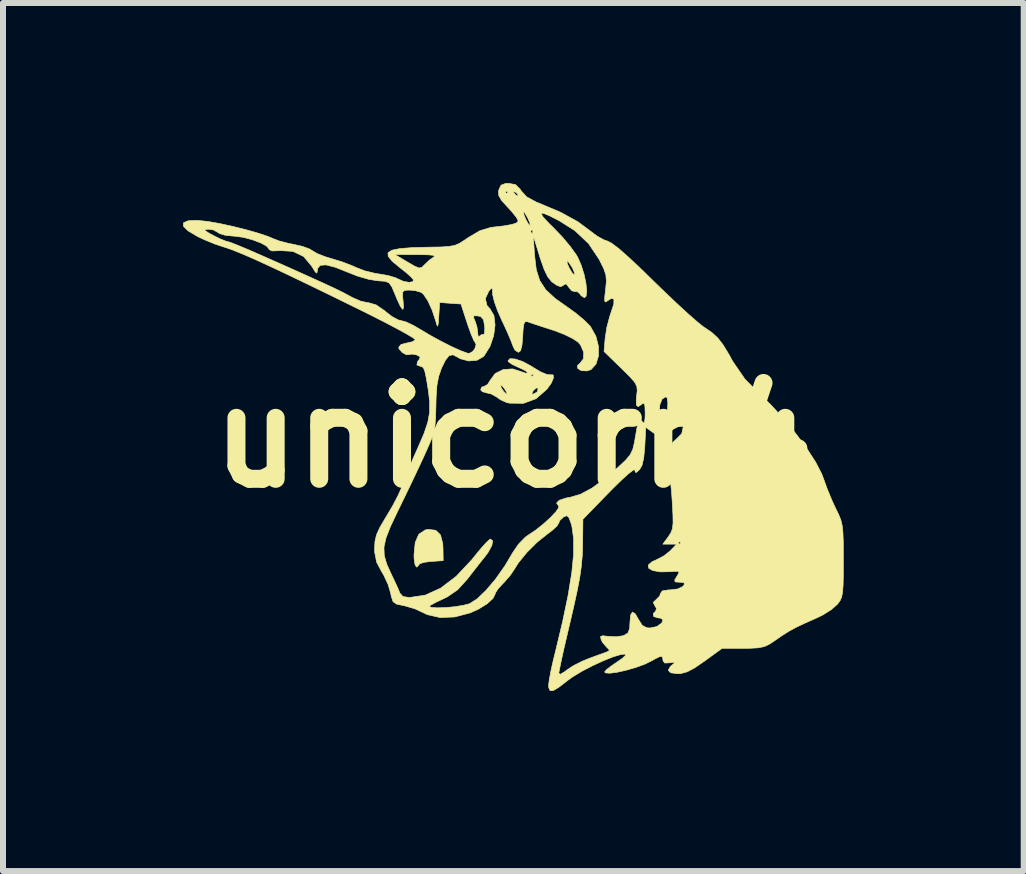
<source format=kicad_pcb>
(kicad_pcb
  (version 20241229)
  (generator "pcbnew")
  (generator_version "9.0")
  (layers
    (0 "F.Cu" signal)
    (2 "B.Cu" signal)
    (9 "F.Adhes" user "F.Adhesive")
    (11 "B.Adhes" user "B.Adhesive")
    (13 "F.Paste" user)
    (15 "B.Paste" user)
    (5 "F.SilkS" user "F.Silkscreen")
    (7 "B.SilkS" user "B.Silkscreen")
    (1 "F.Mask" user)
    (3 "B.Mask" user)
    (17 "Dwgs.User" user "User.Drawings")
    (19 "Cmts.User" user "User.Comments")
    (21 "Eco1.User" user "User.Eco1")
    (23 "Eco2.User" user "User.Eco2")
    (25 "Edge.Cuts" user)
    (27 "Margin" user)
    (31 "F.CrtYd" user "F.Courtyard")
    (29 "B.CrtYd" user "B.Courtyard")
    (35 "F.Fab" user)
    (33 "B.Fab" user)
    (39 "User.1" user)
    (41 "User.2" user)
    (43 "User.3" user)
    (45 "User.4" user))
  (footprint "unicorn4"
    (layer "F.Cu")
    (at 5.498 4.238)
    (property "Reference" "unicorn4" (at 0 0 0) (layer "F.SilkS") (effects (font (size 1.524 1.524) (thickness 0.3))))
    (attr through_hole)
    (fp_poly (pts (xy -1.288 1.547) (xy -1.209 1.624) (xy -1.171 1.769) (xy -1.167 1.856) (xy -1.164 2.053) (xy -1.365 2.066) (xy -1.483 2.081) (xy -1.555 2.105) (xy -1.566 2.119) (xy -1.599 2.158) (xy -1.609 2.159) (xy -1.633 2.121) (xy -1.648 2.024) (xy -1.65 1.958) (xy -1.63 1.749) (xy -1.569 1.612) (xy -1.464 1.542) (xy -1.414 1.532) (xy -1.288 1.547)) (stroke (width 0.01) (type solid)) (fill yes) (layer "F.SilkS"))
    (fp_poly (pts (xy 0.034 -1.307) (xy 0.156 -1.266) (xy 0.296 -1.192) (xy 0.336 -1.166) (xy 0.46 -1.092) (xy 0.563 -1.049) (xy 0.615 -1.044) (xy 0.668 -1.042) (xy 0.673 -0.989) (xy 0.634 -0.9) (xy 0.563 -0.802) (xy 0.382 -0.645) (xy 0.173 -0.568) (xy -0.06 -0.571) (xy -0.106 -0.581) (xy -0.206 -0.626) (xy -0.268 -0.67) (xy -0.365 -0.725) (xy -0.433 -0.74) (xy -0.513 -0.763) (xy -0.54 -0.794) (xy -0.522 -0.839) (xy -0.489 -0.847) (xy -0.452 -0.867) (xy -0.206 -0.867) (xy -0.197 -0.827) (xy -0.156 -0.766) (xy -0.111 -0.723) (xy -0.1 -0.72) (xy -0.103 -0.731) (xy 0.312 -0.731) (xy 0.331 -0.72) (xy 0.393 -0.751) (xy 0.404 -0.765) (xy 0.42 -0.82) (xy 0.387 -0.824) (xy 0.34 -0.784) (xy 0.312 -0.731) (xy -0.103 -0.731) (xy -0.106 -0.75) (xy -0.136 -0.802) (xy -0.182 -0.86) (xy -0.206 -0.867) (xy -0.452 -0.867) (xy -0.425 -0.882) (xy -0.382 -0.95) (xy -0.318 -1.037) (xy 0.296 -1.037) (xy 0.318 -1.016) (xy 0.339 -1.037) (xy 0.318 -1.058) (xy 0.296 -1.037) (xy -0.318 -1.037) (xy -0.297 -1.065) (xy -0.164 -1.131) (xy -0.007 -1.142) (xy 0.133 -1.097) (xy 0.209 -1.07) (xy 0.242 -1.074) (xy 0.221 -1.102) (xy 0.141 -1.145) (xy 0.09 -1.167) (xy -0.015 -1.217) (xy -0.078 -1.261) (xy -0.085 -1.275) (xy -0.052 -1.312) (xy 0.034 -1.307)) (stroke (width 0.01) (type solid)) (fill yes) (layer "F.SilkS"))
    (fp_poly (pts (xy 0.041 -4.212) (xy 0.119 -4.135) (xy 0.133 -4.111) (xy 0.227 -4.008) (xy 0.389 -3.92) (xy 0.441 -3.9) (xy 0.793 -3.751) (xy 1.082 -3.592) (xy 1.282 -3.443) (xy 1.402 -3.353) (xy 1.52 -3.289) (xy 1.565 -3.275) (xy 1.641 -3.237) (xy 1.764 -3.144) (xy 1.936 -2.992) (xy 2.16 -2.781) (xy 2.346 -2.599) (xy 2.551 -2.4) (xy 2.747 -2.215) (xy 2.922 -2.054) (xy 3.065 -1.929) (xy 3.164 -1.849) (xy 3.183 -1.836) (xy 3.311 -1.749) (xy 3.411 -1.657) (xy 3.5 -1.542) (xy 3.598 -1.381) (xy 3.658 -1.27) (xy 3.864 -0.971) (xy 4.082 -0.75) (xy 4.293 -0.546) (xy 4.507 -0.312) (xy 4.711 -0.064) (xy 4.893 0.182) (xy 5.041 0.411) (xy 5.142 0.606) (xy 5.167 0.672) (xy 5.237 0.865) (xy 5.323 1.071) (xy 5.379 1.191) (xy 5.428 1.291) (xy 5.462 1.378) (xy 5.484 1.47) (xy 5.496 1.585) (xy 5.502 1.742) (xy 5.503 1.96) (xy 5.503 2.049) (xy 5.503 2.289) (xy 5.499 2.461) (xy 5.49 2.579) (xy 5.475 2.659) (xy 5.45 2.717) (xy 5.413 2.768) (xy 5.401 2.782) (xy 5.304 2.868) (xy 5.164 2.956) (xy 5.073 3.001) (xy 4.866 3.093) (xy 4.714 3.165) (xy 4.593 3.231) (xy 4.481 3.302) (xy 4.387 3.367) (xy 4.279 3.44) (xy 4.189 3.484) (xy 4.089 3.505) (xy 3.95 3.513) (xy 3.832 3.514) (xy 3.482 3.514) (xy 3.192 3.725) (xy 3.026 3.839) (xy 2.901 3.905) (xy 2.796 3.934) (xy 2.742 3.937) (xy 2.625 3.921) (xy 2.585 3.878) (xy 2.623 3.814) (xy 2.656 3.787) (xy 2.697 3.751) (xy 2.671 3.746) (xy 2.613 3.755) (xy 2.527 3.759) (xy 2.498 3.72) (xy 2.498 3.709) (xy 2.489 3.656) (xy 2.451 3.648) (xy 2.368 3.688) (xy 2.312 3.72) (xy 2.195 3.778) (xy 2.046 3.832) (xy 1.887 3.878) (xy 1.737 3.912) (xy 1.614 3.928) (xy 1.539 3.923) (xy 1.526 3.906) (xy 1.559 3.867) (xy 1.645 3.802) (xy 1.723 3.749) (xy 1.823 3.679) (xy 1.876 3.628) (xy 1.877 3.61) (xy 1.799 3.616) (xy 1.668 3.655) (xy 1.503 3.721) (xy 1.324 3.804) (xy 1.148 3.895) (xy 0.997 3.986) (xy 0.912 4.047) (xy 0.766 4.16) (xy 0.671 4.217) (xy 0.618 4.22) (xy 0.595 4.171) (xy 0.593 4.125) (xy 0.603 4.039) (xy 0.624 3.929) (xy 0.762 3.929) (xy 0.788 3.947) (xy 0.865 3.9) (xy 0.888 3.881) (xy 1 3.806) (xy 1.152 3.729) (xy 1.259 3.685) (xy 1.4 3.633) (xy 1.514 3.592) (xy 1.566 3.573) (xy 1.608 3.548) (xy 1.577 3.511) (xy 1.564 3.5) (xy 1.492 3.417) (xy 1.468 3.37) (xy 1.457 3.319) (xy 1.492 3.304) (xy 1.59 3.315) (xy 1.723 3.321) (xy 1.839 3.303) (xy 1.844 3.301) (xy 1.913 3.259) (xy 1.943 3.184) (xy 1.947 3.094) (xy 1.958 2.961) (xy 1.988 2.909) (xy 2.036 2.939) (xy 2.088 3.029) (xy 2.152 3.131) (xy 2.228 3.171) (xy 2.277 3.175) (xy 2.394 3.152) (xy 2.476 3.094) (xy 2.498 3.04) (xy 2.462 3.012) (xy 2.413 3.006) (xy 2.341 2.983) (xy 2.336 2.933) (xy 2.373 2.899) (xy 2.39 2.85) (xy 2.364 2.807) (xy 2.335 2.748) (xy 2.382 2.704) (xy 2.383 2.703) (xy 2.444 2.641) (xy 2.455 2.601) (xy 2.487 2.557) (xy 2.589 2.54) (xy 2.619 2.54) (xy 2.746 2.524) (xy 2.831 2.482) (xy 2.836 2.477) (xy 2.862 2.431) (xy 2.822 2.414) (xy 2.777 2.413) (xy 2.7 2.407) (xy 2.694 2.374) (xy 2.728 2.317) (xy 2.764 2.256) (xy 2.752 2.231) (xy 2.678 2.232) (xy 2.623 2.237) (xy 2.453 2.24) (xy 2.328 2.218) (xy 2.259 2.178) (xy 2.252 2.126) (xy 2.317 2.07) (xy 2.385 2.04) (xy 2.515 1.972) (xy 2.625 1.884) (xy 2.724 1.778) (xy 2.495 1.778) (xy 2.511 1.757) (xy 2.752 1.757) (xy 2.773 1.778) (xy 2.794 1.757) (xy 2.773 1.736) (xy 2.752 1.757) (xy 2.511 1.757) (xy 2.588 1.653) (xy 2.63 1.588) (xy 2.655 1.521) (xy 2.666 1.429) (xy 2.664 1.294) (xy 2.655 1.112) (xy 2.639 0.885) (xy 2.621 0.728) (xy 2.597 0.627) (xy 2.562 0.568) (xy 2.514 0.535) (xy 2.494 0.528) (xy 2.423 0.476) (xy 2.414 0.406) (xy 2.462 0.351) (xy 2.519 0.339) (xy 2.595 0.325) (xy 2.622 0.266) (xy 2.625 0.213) (xy 2.658 0.086) (xy 2.731 0.017) (xy 2.81 -0.062) (xy 2.836 -0.179) (xy 2.836 -0.203) (xy 2.836 -0.353) (xy 2.738 -0.261) (xy 2.646 -0.186) (xy 2.59 -0.177) (xy 2.565 -0.238) (xy 2.567 -0.375) (xy 2.571 -0.423) (xy 2.579 -0.579) (xy 2.567 -0.661) (xy 2.545 -0.677) (xy 2.484 -0.64) (xy 2.446 -0.546) (xy 2.435 -0.419) (xy 2.458 -0.289) (xy 2.485 -0.17) (xy 2.486 -0.075) (xy 2.482 -0.064) (xy 2.457 -0.023) (xy 2.413 -0.029) (xy 2.333 -0.081) (xy 2.211 -0.169) (xy 2.195 0.148) (xy 2.177 0.343) (xy 2.147 0.47) (xy 2.105 0.538) (xy 2.051 0.586) (xy 2.033 0.572) (xy 2.032 0.541) (xy 2.005 0.543) (xy 1.928 0.601) (xy 1.811 0.706) (xy 1.661 0.853) (xy 1.598 0.917) (xy 1.164 1.363) (xy 1.159 1.793) (xy 1.153 1.969) (xy 1.138 2.141) (xy 1.112 2.327) (xy 1.071 2.545) (xy 1.012 2.814) (xy 0.958 3.047) (xy 0.898 3.302) (xy 0.845 3.53) (xy 0.803 3.72) (xy 0.775 3.856) (xy 0.762 3.925) (xy 0.762 3.929) (xy 0.624 3.929) (xy 0.63 3.894) (xy 0.67 3.713) (xy 0.702 3.586) (xy 0.825 3.072) (xy 0.917 2.631) (xy 0.978 2.257) (xy 1.009 1.945) (xy 1.009 1.689) (xy 0.981 1.484) (xy 0.968 1.437) (xy 0.932 1.337) (xy 0.897 1.304) (xy 0.845 1.323) (xy 0.841 1.326) (xy 0.777 1.386) (xy 0.762 1.426) (xy 0.73 1.478) (xy 0.647 1.553) (xy 0.58 1.603) (xy 0.402 1.745) (xy 0.23 1.916) (xy 0.089 2.089) (xy 0.027 2.188) (xy -0.045 2.296) (xy -0.145 2.411) (xy -0.166 2.432) (xy -0.247 2.519) (xy -0.293 2.589) (xy -0.296 2.604) (xy -0.334 2.682) (xy -0.434 2.773) (xy -0.578 2.862) (xy -0.714 2.923) (xy -0.97 2.991) (xy -1.215 3.001) (xy -1.427 2.953) (xy -1.496 2.92) (xy -1.636 2.855) (xy -1.797 2.808) (xy -1.825 2.802) (xy -1.941 2.777) (xy -1.999 2.736) (xy -2.028 2.652) (xy -2.039 2.595) (xy -2.082 2.45) (xy -2.155 2.293) (xy -2.188 2.239) (xy -2.273 2.079) (xy -2.305 1.915) (xy -2.307 1.845) (xy -2.306 1.831) (xy -2.151 1.831) (xy -2.146 1.968) (xy -2.105 2.109) (xy -2.035 2.265) (xy -1.967 2.407) (xy -1.913 2.526) (xy -1.887 2.593) (xy -1.834 2.651) (xy -1.726 2.667) (xy -1.464 2.628) (xy -1.206 2.511) (xy -0.947 2.314) (xy -0.685 2.035) (xy -0.631 1.967) (xy -0.527 1.841) (xy -0.44 1.745) (xy -0.385 1.696) (xy -0.377 1.693) (xy -0.34 1.723) (xy -0.353 1.8) (xy -0.412 1.91) (xy -0.465 1.982) (xy -0.561 2.102) (xy -0.678 2.252) (xy -0.765 2.364) (xy -0.923 2.538) (xy -1.096 2.657) (xy -1.169 2.692) (xy -1.29 2.749) (xy -1.373 2.795) (xy -1.397 2.815) (xy -1.359 2.833) (xy -1.261 2.839) (xy -1.126 2.835) (xy -0.977 2.821) (xy -0.837 2.799) (xy -0.73 2.772) (xy -0.721 2.768) (xy -0.597 2.689) (xy -0.45 2.548) (xy -0.292 2.361) (xy -0.137 2.141) (xy 0 1.911) (xy 0.091 1.778) (xy 0.201 1.665) (xy 0.249 1.63) (xy 0.378 1.544) (xy 0.508 1.44) (xy 0.625 1.334) (xy 0.714 1.239) (xy 0.761 1.169) (xy 0.758 1.141) (xy 0.725 1.093) (xy 0.768 1.048) (xy 0.88 1.01) (xy 0.948 0.998) (xy 1.122 0.948) (xy 1.314 0.845) (xy 1.536 0.683) (xy 1.748 0.499) (xy 1.874 0.381) (xy 1.951 0.29) (xy 1.995 0.199) (xy 2.023 0.081) (xy 2.036 0.001) (xy 2.066 -0.169) (xy 2.091 -0.264) (xy 2.116 -0.296) (xy 2.147 -0.272) (xy 2.161 -0.253) (xy 2.185 -0.242) (xy 2.198 -0.308) (xy 2.201 -0.4) (xy 2.197 -0.522) (xy 2.181 -0.571) (xy 2.151 -0.559) (xy 2.151 -0.559) (xy 2.086 -0.512) (xy 2.054 -0.537) (xy 2.053 -0.638) (xy 2.059 -0.694) (xy 2.069 -0.782) (xy 2.062 -0.85) (xy 2.029 -0.916) (xy 1.958 -0.999) (xy 1.84 -1.117) (xy 1.8 -1.156) (xy 1.516 -1.432) (xy 1.535 -1.658) (xy 1.563 -1.837) (xy 1.612 -2.021) (xy 1.633 -2.083) (xy 1.679 -2.224) (xy 1.68 -2.304) (xy 1.64 -2.318) (xy 1.582 -2.282) (xy 1.544 -2.256) (xy 1.527 -2.272) (xy 1.528 -2.345) (xy 1.542 -2.465) (xy 1.555 -2.604) (xy 1.546 -2.709) (xy 1.509 -2.818) (xy 1.436 -2.963) (xy 1.435 -2.966) (xy 1.258 -3.23) (xy 1.029 -3.446) (xy 0.773 -3.608) (xy 0.602 -3.695) (xy 0.5 -3.736) (xy 0.467 -3.728) (xy 0.502 -3.67) (xy 0.604 -3.561) (xy 0.673 -3.494) (xy 0.818 -3.343) (xy 0.952 -3.183) (xy 1.053 -3.043) (xy 1.076 -3.004) (xy 1.136 -2.868) (xy 1.184 -2.715) (xy 1.215 -2.564) (xy 1.227 -2.436) (xy 1.217 -2.351) (xy 1.19 -2.328) (xy 1.133 -2.362) (xy 1.117 -2.389) (xy 1.067 -2.431) (xy 1.037 -2.428) (xy 0.977 -2.444) (xy 0.93 -2.5) (xy 0.884 -2.56) (xy 0.848 -2.542) (xy 0.848 -2.541) (xy 0.797 -2.511) (xy 0.732 -2.533) (xy 0.647 -2.592) (xy 0.579 -2.674) (xy 0.518 -2.799) (xy 0.467 -2.945) (xy 0.899 -2.945) (xy 0.903 -2.899) (xy 0.937 -2.821) (xy 0.982 -2.745) (xy 1.019 -2.709) (xy 1.021 -2.709) (xy 1.025 -2.741) (xy 0.992 -2.818) (xy 0.983 -2.834) (xy 0.932 -2.913) (xy 0.901 -2.946) (xy 0.899 -2.945) (xy 0.467 -2.945) (xy 0.453 -2.984) (xy 0.436 -3.04) (xy 0.336 -3.365) (xy 0.359 -3.029) (xy 0.387 -2.796) (xy 0.445 -2.613) (xy 0.545 -2.46) (xy 0.701 -2.316) (xy 0.883 -2.187) (xy 1.039 -2.075) (xy 1.181 -1.958) (xy 1.282 -1.857) (xy 1.293 -1.842) (xy 1.38 -1.686) (xy 1.423 -1.518) (xy 1.423 -1.357) (xy 1.382 -1.222) (xy 1.301 -1.132) (xy 1.232 -1.108) (xy 1.135 -1.113) (xy 1.077 -1.15) (xy 1.075 -1.2) (xy 1.111 -1.232) (xy 1.173 -1.31) (xy 1.177 -1.42) (xy 1.125 -1.539) (xy 1.085 -1.586) (xy 0.997 -1.646) (xy 0.855 -1.716) (xy 0.687 -1.781) (xy 0.651 -1.792) (xy 0.487 -1.845) (xy 0.347 -1.891) (xy 0.258 -1.922) (xy 0.246 -1.926) (xy 0.206 -1.931) (xy 0.182 -1.896) (xy 0.168 -1.805) (xy 0.161 -1.686) (xy 0.148 -1.53) (xy 0.125 -1.444) (xy 0.089 -1.418) (xy 0.088 -1.418) (xy 0.032 -1.454) (xy -0.002 -1.524) (xy -0.035 -1.612) (xy -0.093 -1.748) (xy -0.167 -1.909) (xy -0.185 -1.946) (xy -0.258 -2.111) (xy -0.312 -2.263) (xy -0.339 -2.374) (xy -0.34 -2.391) (xy -0.344 -2.475) (xy -0.363 -2.485) (xy -0.404 -2.437) (xy -0.461 -2.313) (xy -0.435 -2.2) (xy -0.381 -2.138) (xy -0.318 -2.029) (xy -0.3 -1.873) (xy -0.323 -1.695) (xy -0.384 -1.517) (xy -0.48 -1.363) (xy -0.495 -1.346) (xy -0.6 -1.286) (xy -0.74 -1.274) (xy -0.879 -1.311) (xy -0.922 -1.336) (xy -1.002 -1.377) (xy -1.066 -1.363) (xy -1.127 -1.286) (xy -1.194 -1.149) (xy -1.239 -1.019) (xy -1.268 -0.867) (xy -1.282 -0.669) (xy -1.285 -0.529) (xy -1.29 -0.343) (xy -1.3 -0.203) (xy -1.323 -0.082) (xy -1.366 0.045) (xy -1.435 0.204) (xy -1.496 0.339) (xy -1.605 0.572) (xy -1.733 0.841) (xy -1.861 1.105) (xy -1.931 1.249) (xy -2.045 1.49) (xy -2.118 1.678) (xy -2.151 1.831) (xy -2.306 1.831) (xy -2.3 1.727) (xy -2.274 1.62) (xy -2.219 1.499) (xy -2.125 1.339) (xy -2.102 1.302) (xy -2.002 1.132) (xy -1.914 0.963) (xy -1.853 0.827) (xy -1.842 0.794) (xy -1.801 0.681) (xy -1.735 0.515) (xy -1.653 0.322) (xy -1.586 0.173) (xy -1.484 -0.064) (xy -1.42 -0.253) (xy -1.39 -0.419) (xy -1.389 -0.589) (xy -1.412 -0.788) (xy -1.415 -0.804) (xy -1.445 -0.986) (xy -1.469 -1.099) (xy -1.493 -1.159) (xy -1.523 -1.182) (xy -1.546 -1.185) (xy -1.603 -1.208) (xy -1.59 -1.267) (xy -1.562 -1.3) (xy -1.547 -1.343) (xy -1.608 -1.375) (xy -1.689 -1.389) (xy -1.723 -1.381) (xy -1.777 -1.377) (xy -1.847 -1.416) (xy -1.898 -1.474) (xy -1.905 -1.502) (xy -1.866 -1.549) (xy -1.767 -1.574) (xy -1.674 -1.595) (xy -1.63 -1.627) (xy -1.63 -1.63) (xy -1.666 -1.66) (xy -1.768 -1.721) (xy -1.924 -1.807) (xy -2.123 -1.912) (xy -2.355 -2.03) (xy -2.455 -2.08) (xy -2.955 -2.326) (xy -3.385 -2.535) (xy -3.751 -2.711) (xy -4.057 -2.855) (xy -4.308 -2.97) (xy -4.511 -3.058) (xy -4.67 -3.122) (xy -4.791 -3.165) (xy -4.832 -3.177) (xy -4.972 -3.224) (xy -5.142 -3.294) (xy -5.259 -3.349) (xy -5.416 -3.443) (xy -5.438 -3.464) (xy -5.131 -3.464) (xy -5.13 -3.445) (xy -5.065 -3.403) (xy -4.995 -3.365) (xy -4.875 -3.306) (xy -4.779 -3.268) (xy -4.749 -3.262) (xy -4.695 -3.244) (xy -4.576 -3.197) (xy -4.404 -3.125) (xy -4.191 -3.032) (xy -3.949 -2.925) (xy -3.838 -2.876) (xy -3.544 -2.744) (xy -3.316 -2.641) (xy -3.142 -2.562) (xy -3.011 -2.501) (xy -2.912 -2.454) (xy -2.832 -2.414) (xy -2.761 -2.377) (xy -2.688 -2.337) (xy -2.667 -2.326) (xy -2.539 -2.271) (xy -2.418 -2.244) (xy -2.403 -2.244) (xy -2.281 -2.208) (xy -2.137 -2.109) (xy -2.122 -2.095) (xy -2.011 -2.01) (xy -1.908 -1.956) (xy -1.866 -1.947) (xy -1.784 -1.925) (xy -1.661 -1.867) (xy -1.533 -1.792) (xy -1.377 -1.699) (xy -1.203 -1.604) (xy -1.03 -1.516) (xy -0.878 -1.447) (xy -0.767 -1.406) (xy -0.732 -1.399) (xy -0.673 -1.431) (xy -0.637 -1.478) (xy -0.616 -1.548) (xy -0.627 -1.574) (xy -0.655 -1.618) (xy -0.7 -1.722) (xy -0.752 -1.867) (xy -0.764 -1.905) (xy -0.791 -1.987) (xy -0.655 -1.987) (xy -0.638 -1.953) (xy -0.602 -1.845) (xy -0.589 -1.749) (xy -0.581 -1.681) (xy -0.565 -1.681) (xy -0.565 -1.683) (xy -0.521 -1.716) (xy -0.502 -1.711) (xy -0.477 -1.729) (xy -0.471 -1.817) (xy -0.473 -1.848) (xy -0.492 -1.959) (xy -0.534 -2.011) (xy -0.585 -2.025) (xy -0.654 -2.026) (xy -0.655 -1.987) (xy -0.791 -1.987) (xy -0.868 -2.223) (xy -1.045 -2.235) (xy -1.223 -2.248) (xy -1.237 -2.024) (xy -1.246 -1.901) (xy -1.256 -1.854) (xy -1.27 -1.876) (xy -1.284 -1.926) (xy -1.347 -2.118) (xy -1.42 -2.278) (xy -1.493 -2.386) (xy -1.529 -2.416) (xy -1.626 -2.445) (xy -1.729 -2.455) (xy -1.807 -2.451) (xy -1.839 -2.421) (xy -1.84 -2.343) (xy -1.832 -2.275) (xy -1.824 -2.163) (xy -1.839 -2.133) (xy -1.877 -2.183) (xy -1.938 -2.314) (xy -1.965 -2.381) (xy -2.018 -2.507) (xy -2.065 -2.574) (xy -2.129 -2.601) (xy -2.235 -2.609) (xy -2.247 -2.609) (xy -2.4 -2.633) (xy -2.591 -2.688) (xy -2.741 -2.747) (xy -2.962 -2.835) (xy -3.118 -2.875) (xy -3.215 -2.867) (xy -3.258 -2.812) (xy -3.26 -2.783) (xy -3.268 -2.738) (xy -3.294 -2.756) (xy -3.348 -2.842) (xy -3.357 -2.857) (xy -3.489 -3.014) (xy -3.667 -3.1) (xy -3.883 -3.113) (xy -3.905 -3.111) (xy -4.016 -3.107) (xy -4.063 -3.13) (xy -4.064 -3.135) (xy -4.102 -3.185) (xy -4.201 -3.24) (xy -4.338 -3.292) (xy -4.491 -3.333) (xy -4.636 -3.353) (xy -4.658 -3.354) (xy -4.794 -3.368) (xy -4.892 -3.397) (xy -4.917 -3.415) (xy -4.992 -3.457) (xy -5.075 -3.469) (xy -5.131 -3.464) (xy -5.438 -3.464) (xy -5.493 -3.52) (xy -5.49 -3.577) (xy -5.412 -3.61) (xy -5.26 -3.616) (xy -5.089 -3.599) (xy -4.895 -3.565) (xy -4.674 -3.517) (xy -4.449 -3.461) (xy -4.245 -3.403) (xy -4.084 -3.349) (xy -4.011 -3.318) (xy -3.898 -3.274) (xy -3.744 -3.234) (xy -3.653 -3.216) (xy -3.508 -3.183) (xy -3.389 -3.139) (xy -3.342 -3.11) (xy -3.261 -3.062) (xy -3.13 -3.011) (xy -3.022 -2.978) (xy -2.853 -2.927) (xy -2.69 -2.865) (xy -2.613 -2.83) (xy -2.469 -2.775) (xy -2.296 -2.733) (xy -2.23 -2.723) (xy -2.084 -2.698) (xy -1.959 -2.661) (xy -1.917 -2.641) (xy -1.823 -2.599) (xy -1.731 -2.584) (xy -1.669 -2.595) (xy -1.658 -2.625) (xy -1.698 -2.672) (xy -1.785 -2.75) (xy -1.884 -2.828) (xy -2.012 -2.934) (xy -2.08 -3.016) (xy -2.082 -3.047) (xy -1.968 -3.047) (xy -1.757 -2.921) (xy -1.637 -2.852) (xy -1.566 -2.823) (xy -1.521 -2.832) (xy -1.481 -2.871) (xy -1.391 -2.957) (xy -1.333 -2.997) (xy -1.306 -3.02) (xy -1.332 -3.035) (xy -1.42 -3.043) (xy -1.582 -3.046) (xy -1.609 -3.046) (xy -1.968 -3.047) (xy -2.082 -3.047) (xy -2.084 -3.076) (xy -2.02 -3.119) (xy -1.883 -3.147) (xy -1.67 -3.163) (xy -1.402 -3.17) (xy -1.204 -3.173) (xy -1.067 -3.182) (xy -0.97 -3.2) (xy -0.889 -3.235) (xy -0.802 -3.291) (xy -0.749 -3.328) (xy -0.577 -3.429) (xy 0.296 -3.429) (xy 0.312 -3.394) (xy 0.325 -3.401) (xy 0.33 -3.451) (xy 0.325 -3.457) (xy 0.299 -3.451) (xy 0.296 -3.429) (xy -0.577 -3.429) (xy -0.552 -3.444) (xy -0.371 -3.499) (xy -0.363 -3.5) (xy -0.155 -3.524) (xy -0.019 -3.548) (xy 0.056 -3.573) (xy 0.084 -3.602) (xy 0.085 -3.609) (xy 0.057 -3.664) (xy -0.015 -3.755) (xy -0.018 -3.759) (xy 0.171 -3.759) (xy 0.185 -3.7) (xy 0.219 -3.62) (xy 0.258 -3.553) (xy 0.285 -3.53) (xy 0.285 -3.531) (xy 0.28 -3.576) (xy 0.242 -3.661) (xy 0.238 -3.669) (xy 0.194 -3.742) (xy 0.172 -3.761) (xy 0.171 -3.759) (xy -0.018 -3.759) (xy -0.09 -3.837) (xy -0.191 -3.948) (xy -0.238 -4.029) (xy -0.241 -4.085) (xy -0.127 -4.085) (xy -0.106 -4.064) (xy -0.085 -4.085) (xy -0.094 -4.094) (xy 0.007 -4.094) (xy 0.017 -4.071) (xy 0.06 -4.025) (xy 0.084 -4.034) (xy 0.085 -4.04) (xy 0.055 -4.076) (xy 0.036 -4.089) (xy 0.007 -4.094) (xy -0.094 -4.094) (xy -0.106 -4.106) (xy -0.127 -4.085) (xy -0.241 -4.085) (xy -0.242 -4.102) (xy -0.237 -4.124) (xy -0.201 -4.202) (xy -0.127 -4.231) (xy -0.073 -4.233) (xy 0.041 -4.212)) (stroke (width 0.01) (type solid)) (fill yes) (layer "F.SilkS")))
  (gr_rect
    (start -3 -3)
    (end 14.006 11.463)
    (stroke (width 0.1) (type default))
    (fill no)
    (layer "Edge.Cuts")))
</source>
